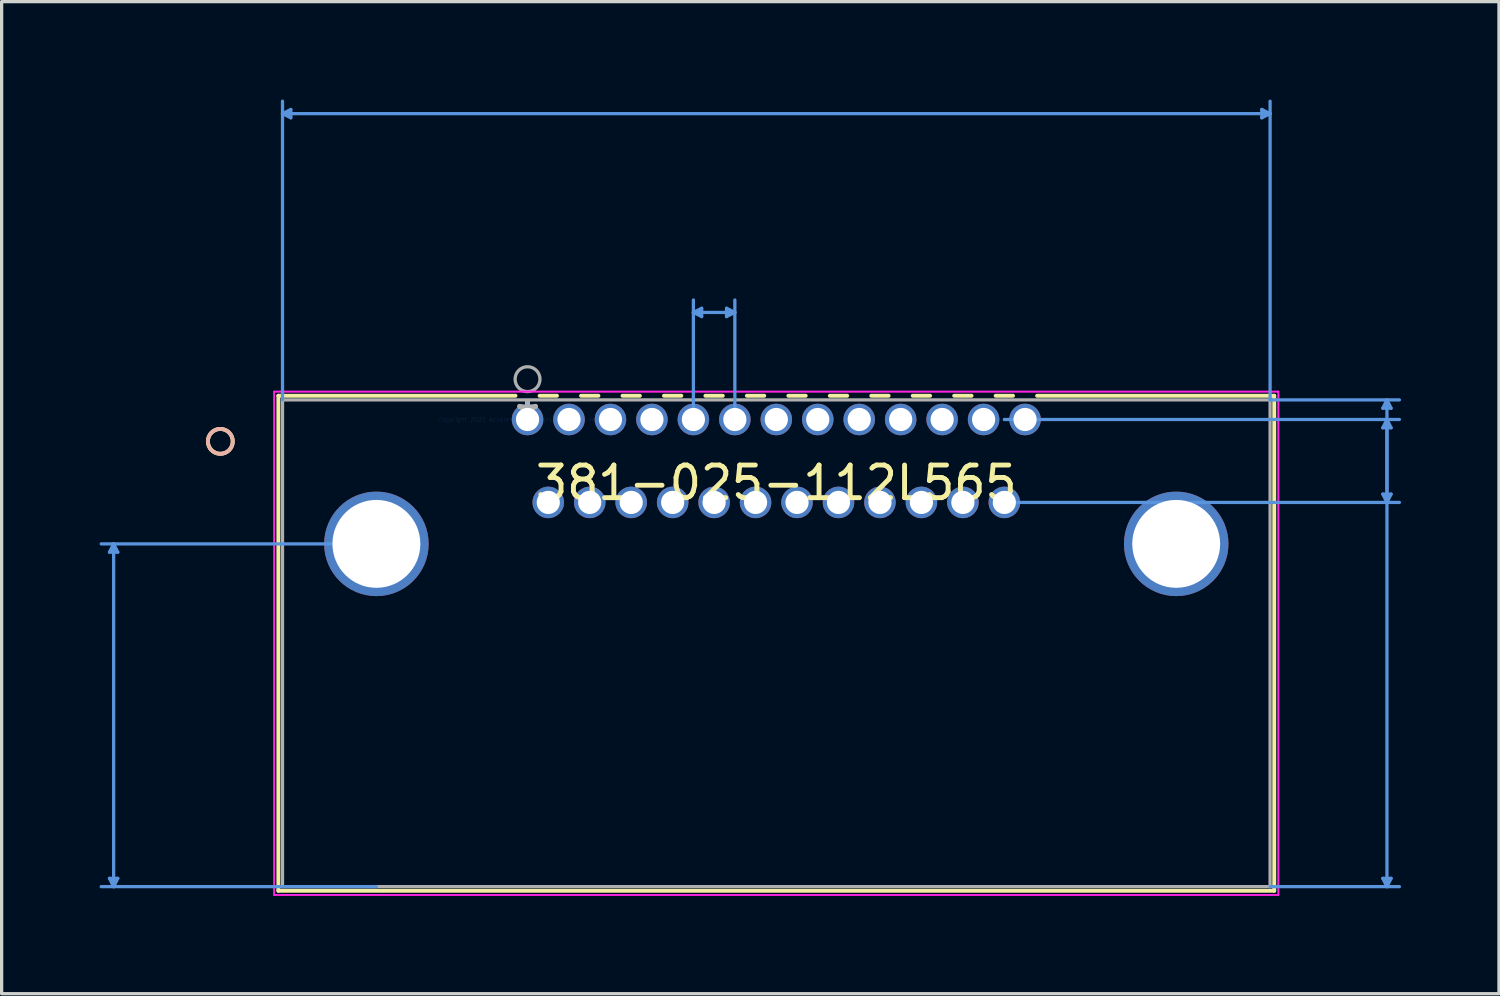
<source format=kicad_pcb>
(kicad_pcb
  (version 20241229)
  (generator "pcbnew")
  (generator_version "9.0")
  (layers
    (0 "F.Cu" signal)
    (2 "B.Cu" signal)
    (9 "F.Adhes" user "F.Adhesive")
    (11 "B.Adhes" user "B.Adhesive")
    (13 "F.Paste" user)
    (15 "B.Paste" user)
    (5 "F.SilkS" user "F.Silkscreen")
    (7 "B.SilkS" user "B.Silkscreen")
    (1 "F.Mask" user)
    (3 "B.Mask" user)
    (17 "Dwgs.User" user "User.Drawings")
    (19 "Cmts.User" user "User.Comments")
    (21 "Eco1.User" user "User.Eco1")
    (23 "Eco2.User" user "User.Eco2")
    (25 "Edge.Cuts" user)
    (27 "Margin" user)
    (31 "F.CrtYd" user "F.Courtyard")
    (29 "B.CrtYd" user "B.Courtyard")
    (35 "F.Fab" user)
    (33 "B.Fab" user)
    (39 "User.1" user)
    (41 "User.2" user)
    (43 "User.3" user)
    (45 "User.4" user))
  (footprint "381-025-112L565"
    (layer "F.Cu")
    (at 13.11 9.8)
    (property "Reference" "381-025-112L565" (at 7.62 1.94 0) (layer "F.SilkS") (effects (font (size 1 1) (thickness 0.15))))
    (attr through_hole)
    (fp_line (start -7.633 -0.727) (end -7.633 14.437) (stroke (width 0.12) (type solid)) (layer "F.SilkS"))
    (fp_line (start -7.633 14.437) (end 22.873 14.437) (stroke (width 0.12) (type solid)) (layer "F.SilkS"))
    (fp_line (start -0.369 -0.727) (end -7.633 -0.727) (stroke (width 0.12) (type solid)) (layer "F.SilkS"))
    (fp_line (start 0.901 -0.727) (end 0.369 -0.727) (stroke (width 0.12) (type solid)) (layer "F.SilkS"))
    (fp_line (start 2.171 -0.727) (end 1.639 -0.727) (stroke (width 0.12) (type solid)) (layer "F.SilkS"))
    (fp_line (start 3.441 -0.727) (end 2.909 -0.727) (stroke (width 0.12) (type solid)) (layer "F.SilkS"))
    (fp_line (start 4.711 -0.727) (end 4.179 -0.727) (stroke (width 0.12) (type solid)) (layer "F.SilkS"))
    (fp_line (start 5.981 -0.727) (end 5.449 -0.727) (stroke (width 0.12) (type solid)) (layer "F.SilkS"))
    (fp_line (start 7.251 -0.727) (end 6.719 -0.727) (stroke (width 0.12) (type solid)) (layer "F.SilkS"))
    (fp_line (start 8.521 -0.727) (end 7.989 -0.727) (stroke (width 0.12) (type solid)) (layer "F.SilkS"))
    (fp_line (start 9.791 -0.727) (end 9.259 -0.727) (stroke (width 0.12) (type solid)) (layer "F.SilkS"))
    (fp_line (start 11.061 -0.727) (end 10.529 -0.727) (stroke (width 0.12) (type solid)) (layer "F.SilkS"))
    (fp_line (start 12.331 -0.727) (end 11.799 -0.727) (stroke (width 0.12) (type solid)) (layer "F.SilkS"))
    (fp_line (start 13.601 -0.727) (end 13.069 -0.727) (stroke (width 0.12) (type solid)) (layer "F.SilkS"))
    (fp_line (start 14.871 -0.727) (end 14.339 -0.727) (stroke (width 0.12) (type solid)) (layer "F.SilkS"))
    (fp_line (start 22.873 -0.727) (end 15.609 -0.727) (stroke (width 0.12) (type solid)) (layer "F.SilkS"))
    (fp_line (start 22.873 14.437) (end 22.873 -0.727) (stroke (width 0.12) (type solid)) (layer "F.SilkS"))
    (fp_circle (center -9.411 0.67) (end -9.03 0.67) (stroke (width 0.12) (type solid)) (fill no) (layer "F.SilkS"))
    (fp_circle (center -9.411 0.67) (end -9.03 0.67) (stroke (width 0.12) (type solid)) (fill no) (layer "B.SilkS"))
    (fp_line (start -12.806 14.056) (end -12.679 14.31) (stroke (width 0.1) (type solid)) (layer "Cmts.User"))
    (fp_line (start -12.806 4.064) (end -12.679 3.81) (stroke (width 0.1) (type solid)) (layer "Cmts.User"))
    (fp_line (start -12.806 4.064) (end -12.552 4.064) (stroke (width 0.1) (type solid)) (layer "Cmts.User"))
    (fp_line (start -12.679 3.81) (end -12.679 14.31) (stroke (width 0.1) (type solid)) (layer "Cmts.User"))
    (fp_line (start -12.552 14.056) (end -12.806 14.056) (stroke (width 0.1) (type solid)) (layer "Cmts.User"))
    (fp_line (start -12.552 14.056) (end -12.679 14.31) (stroke (width 0.1) (type solid)) (layer "Cmts.User"))
    (fp_line (start -12.552 4.064) (end -12.679 3.81) (stroke (width 0.1) (type solid)) (layer "Cmts.User"))
    (fp_line (start -7.506 -9.369) (end 22.746 -9.369) (stroke (width 0.1) (type solid)) (layer "Cmts.User"))
    (fp_line (start -7.506 -0.6) (end -7.506 -9.75) (stroke (width 0.1) (type solid)) (layer "Cmts.User"))
    (fp_line (start -7.252 -9.242) (end -7.506 -9.369) (stroke (width 0.1) (type solid)) (layer "Cmts.User"))
    (fp_line (start -7.252 -9.242) (end -7.252 -9.496) (stroke (width 0.1) (type solid)) (layer "Cmts.User"))
    (fp_line (start -7.252 -9.496) (end -7.506 -9.369) (stroke (width 0.1) (type solid)) (layer "Cmts.User"))
    (fp_line (start -4.63 3.81) (end -13.06 3.81) (stroke (width 0.1) (type solid)) (layer "Cmts.User"))
    (fp_line (start -4.63 14.31) (end -13.06 14.31) (stroke (width 0.1) (type solid)) (layer "Cmts.User"))
    (fp_line (start 5.08 -3.28) (end 6.35 -3.28) (stroke (width 0.1) (type solid)) (layer "Cmts.User"))
    (fp_line (start 5.08 0) (end 5.08 -3.661) (stroke (width 0.1) (type solid)) (layer "Cmts.User"))
    (fp_line (start 5.334 -3.153) (end 5.08 -3.28) (stroke (width 0.1) (type solid)) (layer "Cmts.User"))
    (fp_line (start 5.334 -3.153) (end 5.334 -3.407) (stroke (width 0.1) (type solid)) (layer "Cmts.User"))
    (fp_line (start 5.334 -3.407) (end 5.08 -3.28) (stroke (width 0.1) (type solid)) (layer "Cmts.User"))
    (fp_line (start 6.096 -3.153) (end 6.35 -3.28) (stroke (width 0.1) (type solid)) (layer "Cmts.User"))
    (fp_line (start 6.096 -3.407) (end 6.096 -3.153) (stroke (width 0.1) (type solid)) (layer "Cmts.User"))
    (fp_line (start 6.096 -3.407) (end 6.35 -3.28) (stroke (width 0.1) (type solid)) (layer "Cmts.User"))
    (fp_line (start 6.35 0) (end 6.35 -3.661) (stroke (width 0.1) (type solid)) (layer "Cmts.User"))
    (fp_line (start 14.605 0) (end 26.707 0) (stroke (width 0.1) (type solid)) (layer "Cmts.User"))
    (fp_line (start 14.605 2.54) (end 26.707 2.54) (stroke (width 0.1) (type solid)) (layer "Cmts.User"))
    (fp_line (start 22.492 -9.496) (end 22.492 -9.242) (stroke (width 0.1) (type solid)) (layer "Cmts.User"))
    (fp_line (start 22.492 -9.496) (end 22.746 -9.369) (stroke (width 0.1) (type solid)) (layer "Cmts.User"))
    (fp_line (start 22.492 -9.242) (end 22.746 -9.369) (stroke (width 0.1) (type solid)) (layer "Cmts.User"))
    (fp_line (start 22.746 -0.6) (end 22.746 -9.75) (stroke (width 0.1) (type solid)) (layer "Cmts.User"))
    (fp_line (start 22.746 -0.6) (end 26.707 -0.6) (stroke (width 0.1) (type solid)) (layer "Cmts.User"))
    (fp_line (start 22.746 14.31) (end 26.707 14.31) (stroke (width 0.1) (type solid)) (layer "Cmts.User"))
    (fp_line (start 26.199 2.286) (end 26.326 2.54) (stroke (width 0.1) (type solid)) (layer "Cmts.User"))
    (fp_line (start 26.199 14.056) (end 26.326 14.31) (stroke (width 0.1) (type solid)) (layer "Cmts.User"))
    (fp_line (start 26.199 -0.346) (end 26.326 -0.6) (stroke (width 0.1) (type solid)) (layer "Cmts.User"))
    (fp_line (start 26.199 -0.346) (end 26.453 -0.346) (stroke (width 0.1) (type solid)) (layer "Cmts.User"))
    (fp_line (start 26.199 0.254) (end 26.326 0) (stroke (width 0.1) (type solid)) (layer "Cmts.User"))
    (fp_line (start 26.199 0.254) (end 26.453 0.254) (stroke (width 0.1) (type solid)) (layer "Cmts.User"))
    (fp_line (start 26.326 -0.6) (end 26.326 14.31) (stroke (width 0.1) (type solid)) (layer "Cmts.User"))
    (fp_line (start 26.326 0) (end 26.326 2.54) (stroke (width 0.1) (type solid)) (layer "Cmts.User"))
    (fp_line (start 26.453 2.286) (end 26.199 2.286) (stroke (width 0.1) (type solid)) (layer "Cmts.User"))
    (fp_line (start 26.453 2.286) (end 26.326 2.54) (stroke (width 0.1) (type solid)) (layer "Cmts.User"))
    (fp_line (start 26.453 14.056) (end 26.199 14.056) (stroke (width 0.1) (type solid)) (layer "Cmts.User"))
    (fp_line (start 26.453 14.056) (end 26.326 14.31) (stroke (width 0.1) (type solid)) (layer "Cmts.User"))
    (fp_line (start 26.453 -0.346) (end 26.326 -0.6) (stroke (width 0.1) (type solid)) (layer "Cmts.User"))
    (fp_line (start 26.453 0.254) (end 26.326 0) (stroke (width 0.1) (type solid)) (layer "Cmts.User"))
    (fp_line (start -7.76 -0.854) (end -7.76 14.564) (stroke (width 0.05) (type solid)) (layer "F.CrtYd"))
    (fp_line (start -7.76 -0.854) (end -7.76 14.564) (stroke (width 0.05) (type solid)) (layer "F.CrtYd"))
    (fp_line (start -7.76 14.564) (end 23 14.564) (stroke (width 0.05) (type solid)) (layer "F.CrtYd"))
    (fp_line (start -7.76 14.564) (end 23 14.564) (stroke (width 0.05) (type solid)) (layer "F.CrtYd"))
    (fp_line (start 23 -0.854) (end -7.76 -0.854) (stroke (width 0.05) (type solid)) (layer "F.CrtYd"))
    (fp_line (start 23 -0.854) (end -7.76 -0.854) (stroke (width 0.05) (type solid)) (layer "F.CrtYd"))
    (fp_line (start 23 14.564) (end 23 -0.854) (stroke (width 0.05) (type solid)) (layer "F.CrtYd"))
    (fp_line (start 23 14.564) (end 23 -0.854) (stroke (width 0.05) (type solid)) (layer "F.CrtYd"))
    (fp_line (start -7.506 -0.6) (end -7.506 14.31) (stroke (width 0.1) (type solid)) (layer "F.Fab"))
    (fp_line (start -7.506 14.31) (end 22.746 14.31) (stroke (width 0.1) (type solid)) (layer "F.Fab"))
    (fp_line (start 22.746 -0.6) (end -7.506 -0.6) (stroke (width 0.1) (type solid)) (layer "F.Fab"))
    (fp_line (start 22.746 14.31) (end 22.746 -0.6) (stroke (width 0.1) (type solid)) (layer "F.Fab"))
    (fp_circle (center 0 -1.235) (end 0.381 -1.235) (stroke (width 0.1) (type solid)) (fill no) (layer "F.Fab"))
    (fp_text user "*" (at 0 0 0) (layer "F.SilkS") (effects (font (size 1 1) (thickness 0.15))))
    (fp_text user "Copyright 2021 Accelerated Designs. All rights reserved." (at 0 0 0) (layer "Cmts.User") (effects (font (size 0.127 0.127) (thickness 0.002))))
    (fp_text user "*" (at 0 0 0) (layer "F.Fab") (effects (font (size 1 1) (thickness 0.15))))
    (pad "0" thru_hole circle (at -4.63 3.81) (size 3.2 3.2) (drill 2.692) (layers "*.Cu" "*.Mask"))
    (pad "0" thru_hole circle (at 19.87 3.81) (size 3.2 3.2) (drill 2.692) (layers "*.Cu" "*.Mask"))
    (pad "1" thru_hole circle (at 0 0) (size 0.965 0.965) (drill 0.711) (layers "*.Cu" "*.Mask"))
    (pad "2" thru_hole circle (at 1.27 0) (size 0.965 0.965) (drill 0.711) (layers "*.Cu" "*.Mask"))
    (pad "3" thru_hole circle (at 2.54 0) (size 0.965 0.965) (drill 0.711) (layers "*.Cu" "*.Mask"))
    (pad "4" thru_hole circle (at 3.81 0) (size 0.965 0.965) (drill 0.711) (layers "*.Cu" "*.Mask"))
    (pad "5" thru_hole circle (at 5.08 0) (size 0.965 0.965) (drill 0.711) (layers "*.Cu" "*.Mask"))
    (pad "6" thru_hole circle (at 6.35 0) (size 0.965 0.965) (drill 0.711) (layers "*.Cu" "*.Mask"))
    (pad "7" thru_hole circle (at 7.62 0) (size 0.965 0.965) (drill 0.711) (layers "*.Cu" "*.Mask"))
    (pad "8" thru_hole circle (at 8.89 0) (size 0.965 0.965) (drill 0.711) (layers "*.Cu" "*.Mask"))
    (pad "9" thru_hole circle (at 10.16 0) (size 0.965 0.965) (drill 0.711) (layers "*.Cu" "*.Mask"))
    (pad "10" thru_hole circle (at 11.43 0) (size 0.965 0.965) (drill 0.711) (layers "*.Cu" "*.Mask"))
    (pad "11" thru_hole circle (at 12.7 0) (size 0.965 0.965) (drill 0.711) (layers "*.Cu" "*.Mask"))
    (pad "12" thru_hole circle (at 13.97 0) (size 0.965 0.965) (drill 0.711) (layers "*.Cu" "*.Mask"))
    (pad "13" thru_hole circle (at 15.24 0) (size 0.965 0.965) (drill 0.711) (layers "*.Cu" "*.Mask"))
    (pad "14" thru_hole circle (at 0.635 2.54) (size 0.965 0.965) (drill 0.711) (layers "*.Cu" "*.Mask"))
    (pad "15" thru_hole circle (at 1.905 2.54) (size 0.965 0.965) (drill 0.711) (layers "*.Cu" "*.Mask"))
    (pad "16" thru_hole circle (at 3.175 2.54) (size 0.965 0.965) (drill 0.711) (layers "*.Cu" "*.Mask"))
    (pad "17" thru_hole circle (at 4.445 2.54) (size 0.965 0.965) (drill 0.711) (layers "*.Cu" "*.Mask"))
    (pad "18" thru_hole circle (at 5.715 2.54) (size 0.965 0.965) (drill 0.711) (layers "*.Cu" "*.Mask"))
    (pad "19" thru_hole circle (at 6.985 2.54) (size 0.965 0.965) (drill 0.711) (layers "*.Cu" "*.Mask"))
    (pad "20" thru_hole circle (at 8.255 2.54) (size 0.965 0.965) (drill 0.711) (layers "*.Cu" "*.Mask"))
    (pad "21" thru_hole circle (at 9.525 2.54) (size 0.965 0.965) (drill 0.711) (layers "*.Cu" "*.Mask"))
    (pad "22" thru_hole circle (at 10.795 2.54) (size 0.965 0.965) (drill 0.711) (layers "*.Cu" "*.Mask"))
    (pad "23" thru_hole circle (at 12.065 2.54) (size 0.965 0.965) (drill 0.711) (layers "*.Cu" "*.Mask"))
    (pad "24" thru_hole circle (at 13.335 2.54) (size 0.965 0.965) (drill 0.711) (layers "*.Cu" "*.Mask"))
    (pad "25" thru_hole circle (at 14.605 2.54) (size 0.965 0.965) (drill 0.711) (layers "*.Cu" "*.Mask")))
  (gr_rect
    (start -3 -3)
    (end 42.867 27.389)
    (stroke (width 0.1) (type default))
    (fill no)
    (layer "Edge.Cuts")))
</source>
